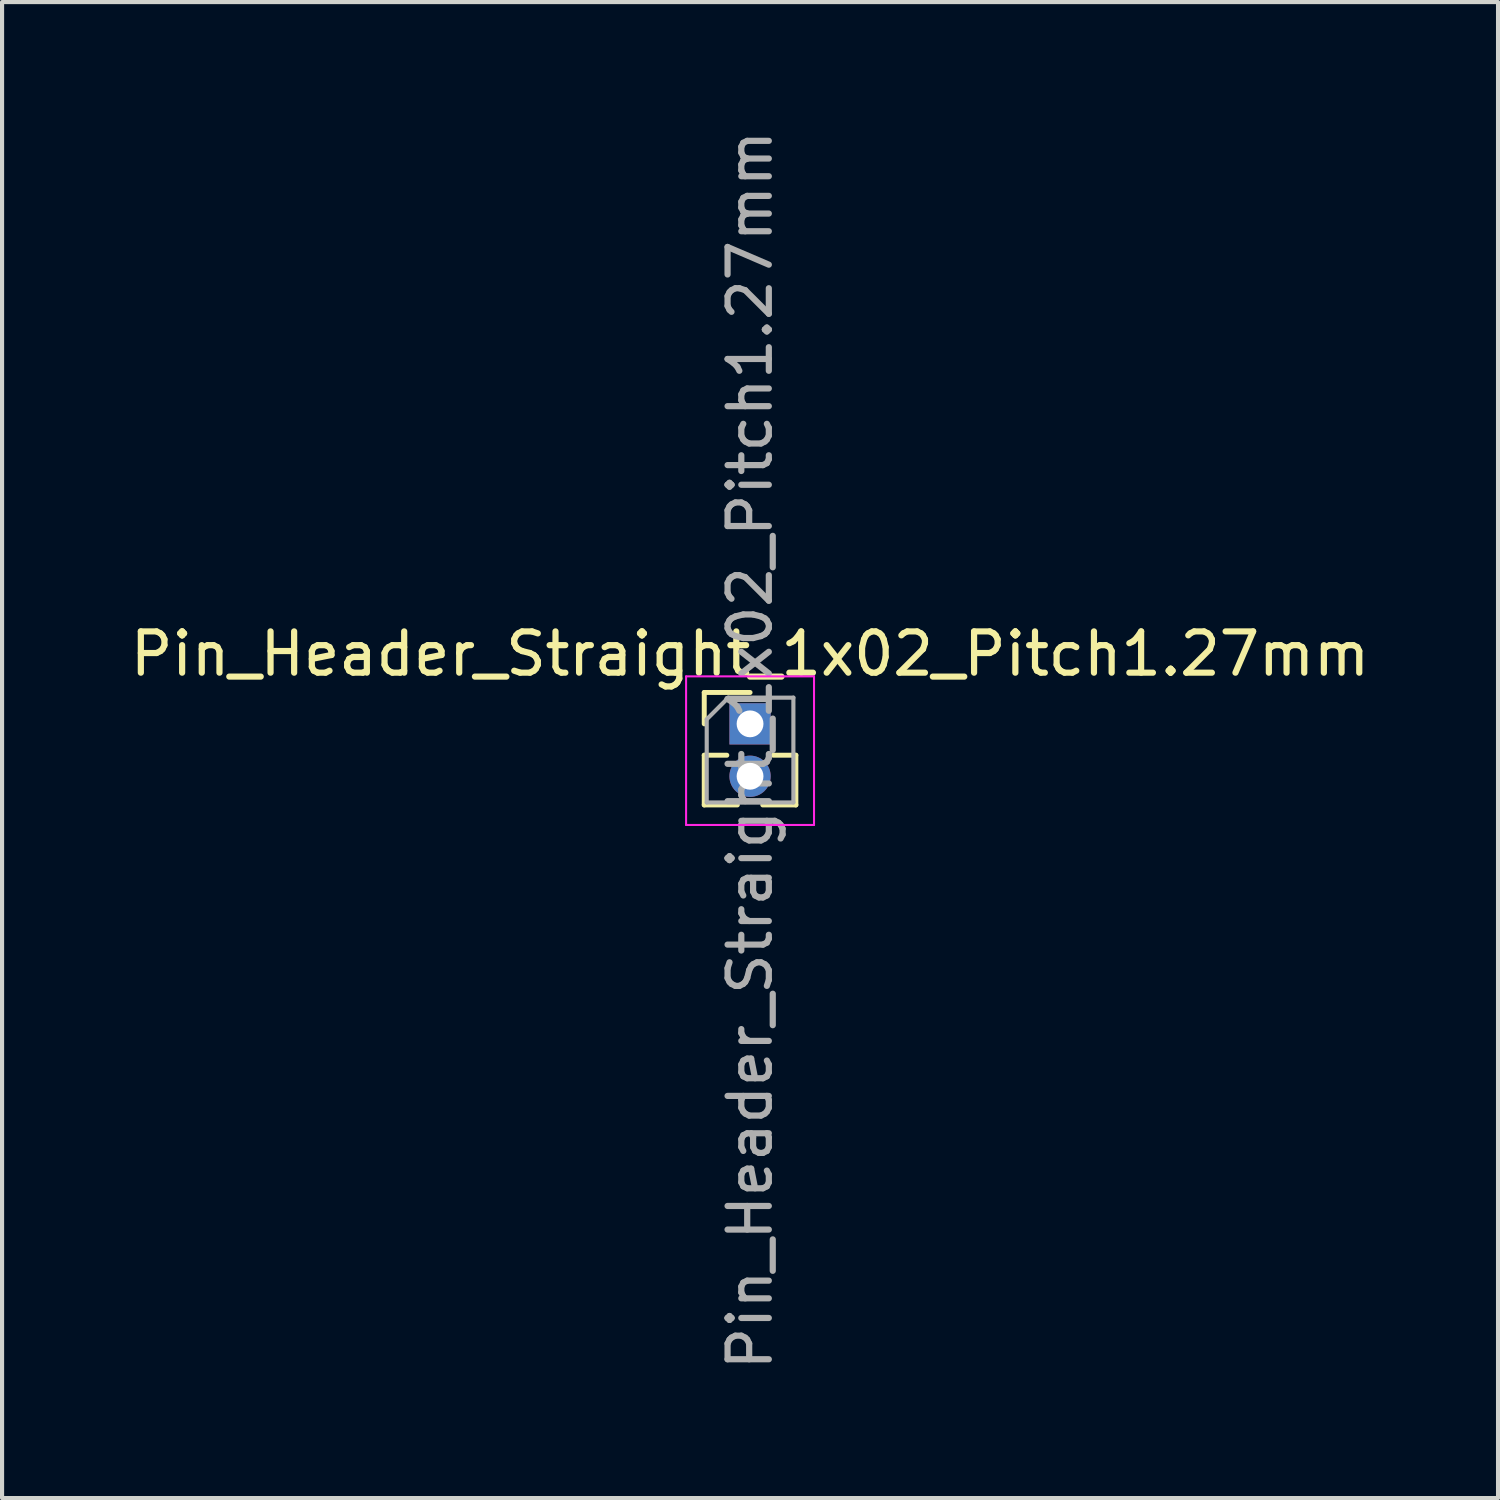
<source format=kicad_pcb>
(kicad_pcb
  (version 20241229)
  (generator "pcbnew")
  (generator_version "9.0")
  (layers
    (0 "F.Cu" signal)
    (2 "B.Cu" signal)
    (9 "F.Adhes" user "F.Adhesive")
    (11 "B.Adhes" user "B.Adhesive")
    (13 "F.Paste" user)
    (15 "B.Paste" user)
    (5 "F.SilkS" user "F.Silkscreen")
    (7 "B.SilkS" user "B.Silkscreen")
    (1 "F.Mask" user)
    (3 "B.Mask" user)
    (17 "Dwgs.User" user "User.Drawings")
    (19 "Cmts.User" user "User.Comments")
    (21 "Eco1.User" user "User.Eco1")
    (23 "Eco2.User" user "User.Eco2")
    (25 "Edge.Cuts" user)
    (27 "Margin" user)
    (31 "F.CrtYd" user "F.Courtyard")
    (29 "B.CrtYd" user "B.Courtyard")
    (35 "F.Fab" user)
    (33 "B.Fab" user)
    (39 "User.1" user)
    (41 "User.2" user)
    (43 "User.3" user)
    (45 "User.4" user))
  (footprint "Pin_Header_Straight_1x02_Pitch1.27mm"
    (layer "F.Cu")
    (at 15.125 14.49)
    (property "Reference" "Pin_Header_Straight_1x02_Pitch1.27mm" (at 0 -1.695 0) (layer "F.SilkS") (effects (font (size 1 1) (thickness 0.15))))
    (attr through_hole)
    (fp_line (start -1.11 -0.76) (end 0 -0.76) (stroke (width 0.12) (type solid)) (layer "F.SilkS"))
    (fp_line (start -1.11 0) (end -1.11 -0.76) (stroke (width 0.12) (type solid)) (layer "F.SilkS"))
    (fp_line (start -1.11 0.76) (end -1.11 1.965) (stroke (width 0.12) (type solid)) (layer "F.SilkS"))
    (fp_line (start -1.11 0.76) (end -0.563 0.76) (stroke (width 0.12) (type solid)) (layer "F.SilkS"))
    (fp_line (start -1.11 1.965) (end -0.308 1.965) (stroke (width 0.12) (type solid)) (layer "F.SilkS"))
    (fp_line (start 0.308 1.965) (end 1.11 1.965) (stroke (width 0.12) (type solid)) (layer "F.SilkS"))
    (fp_line (start 0.563 0.76) (end 1.11 0.76) (stroke (width 0.12) (type solid)) (layer "F.SilkS"))
    (fp_line (start 1.11 0.76) (end 1.11 1.965) (stroke (width 0.12) (type solid)) (layer "F.SilkS"))
    (fp_line (start -1.55 -1.15) (end -1.55 2.45) (stroke (width 0.05) (type solid)) (layer "F.CrtYd"))
    (fp_line (start -1.55 2.45) (end 1.55 2.45) (stroke (width 0.05) (type solid)) (layer "F.CrtYd"))
    (fp_line (start 1.55 -1.15) (end -1.55 -1.15) (stroke (width 0.05) (type solid)) (layer "F.CrtYd"))
    (fp_line (start 1.55 2.45) (end 1.55 -1.15) (stroke (width 0.05) (type solid)) (layer "F.CrtYd"))
    (fp_line (start -1.05 -0.11) (end -0.525 -0.635) (stroke (width 0.1) (type solid)) (layer "F.Fab"))
    (fp_line (start -1.05 1.905) (end -1.05 -0.11) (stroke (width 0.1) (type solid)) (layer "F.Fab"))
    (fp_line (start -0.525 -0.635) (end 1.05 -0.635) (stroke (width 0.1) (type solid)) (layer "F.Fab"))
    (fp_line (start 1.05 -0.635) (end 1.05 1.905) (stroke (width 0.1) (type solid)) (layer "F.Fab"))
    (fp_line (start 1.05 1.905) (end -1.05 1.905) (stroke (width 0.1) (type solid)) (layer "F.Fab"))
    (fp_text user "${REFERENCE}" (at 0 0.635 90) (layer "F.Fab") (effects (font (size 1 1) (thickness 0.15))))
    (pad "1" thru_hole rect (at 0 0) (size 1 1) (drill 0.65) (layers "*.Cu" "*.Mask"))
    (pad "2" thru_hole oval (at 0 1.27) (size 1 1) (drill 0.65) (layers "*.Cu" "*.Mask")))
  (gr_rect
    (start -3 -3)
    (end 33.25 33.25)
    (stroke (width 0.1) (type default))
    (fill no)
    (layer "Edge.Cuts")))
</source>
